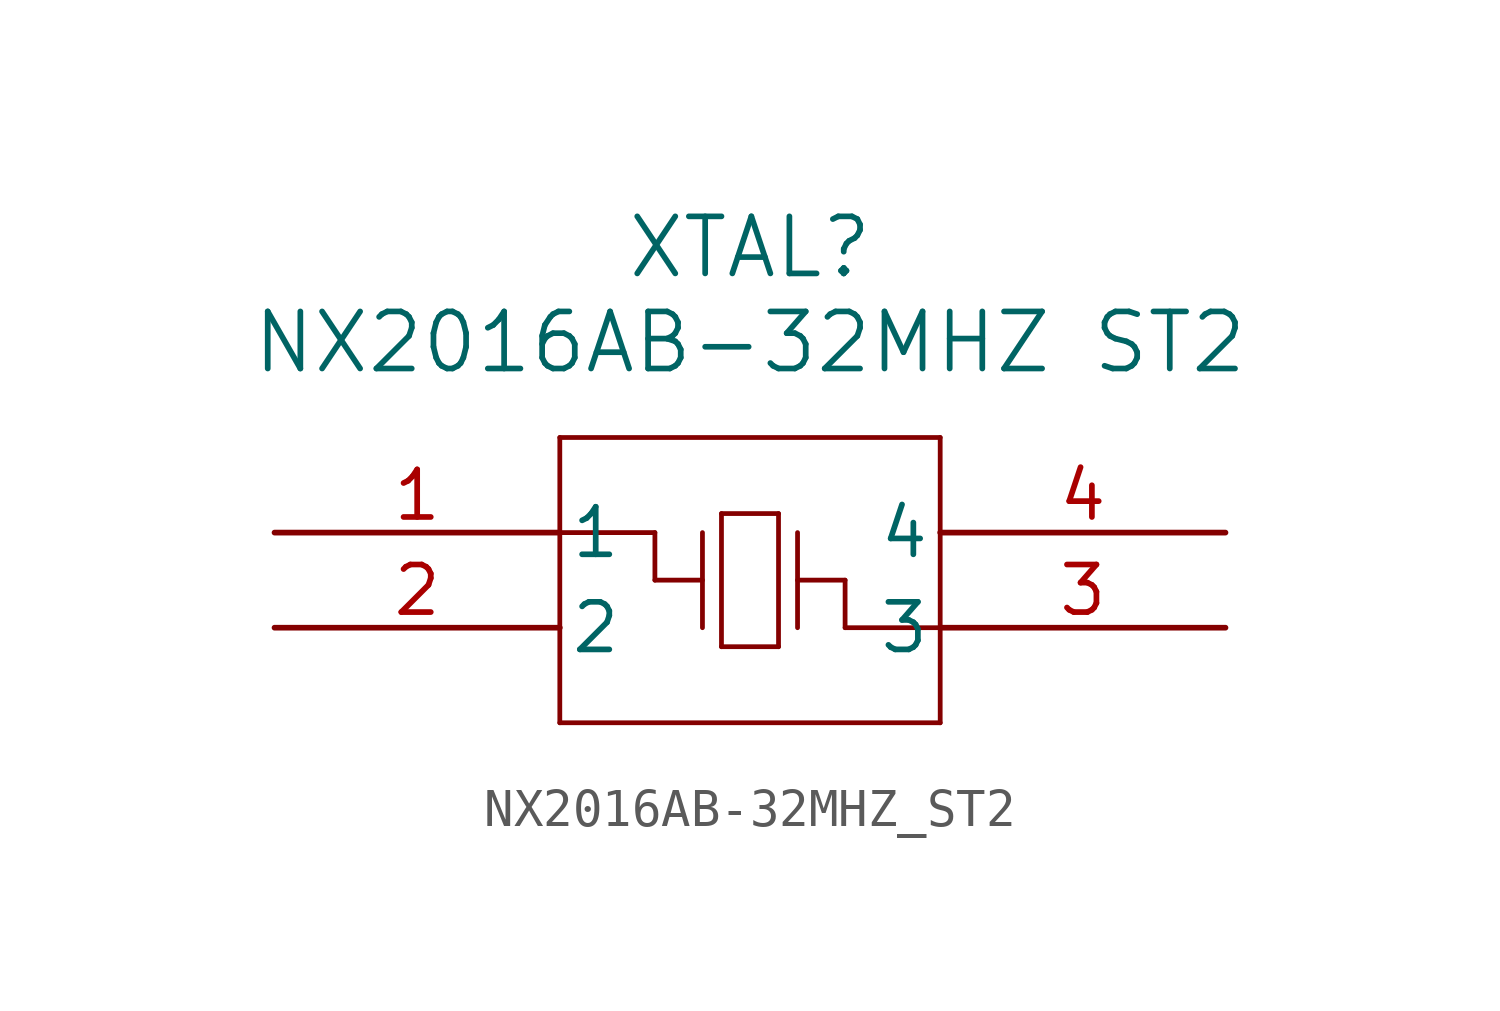
<source format=kicad_sym>
(kicad_symbol_lib
  (version 20211014)
  (generator kicad_symbol_editor)
  (symbol "NX2016AB-32MHZ_ST2"
    (pin_names
      (offset 0.254))
    (property "Reference" "XTAL"
      (at 12.7 7.62 0)
      (effects (font (size 1.524 1.524))))
    (property "Value" "NX2016AB-32MHZ ST2"
      (at 12.7 5.08 0)
      (effects (font (size 1.524 1.524))))
    (symbol "NX2016AB-32MHZ_ST2_0_1"
      (polyline (pts (xy 7.62 2.54) (xy 7.62 -5.08)) (stroke (width 0.127) (type default) (color 0 0 0 0)) (fill (type none)))
      (polyline (pts (xy 7.62 -5.08) (xy 17.78 -5.08)) (stroke (width 0.127) (type default) (color 0 0 0 0)) (fill (type none)))
      (polyline (pts (xy 17.78 -5.08) (xy 17.78 2.54)) (stroke (width 0.127) (type default) (color 0 0 0 0)) (fill (type none)))
      (polyline (pts (xy 17.78 2.54) (xy 7.62 2.54)) (stroke (width 0.127) (type default) (color 0 0 0 0)) (fill (type none)))
      (polyline (pts (xy 11.43 0) (xy 11.43 -2.54)) (stroke (width 0.127) (type default) (color 0 0 0 0)) (fill (type none)))
      (polyline (pts (xy 11.43 -1.27) (xy 10.16 -1.27)) (stroke (width 0.127) (type default) (color 0 0 0 0)) (fill (type none)))
      (polyline (pts (xy 10.16 -1.27) (xy 10.16 0)) (stroke (width 0.127) (type default) (color 0 0 0 0)) (fill (type none)))
      (polyline (pts (xy 10.16 0) (xy 7.62 0)) (stroke (width 0.127) (type default) (color 0 0 0 0)) (fill (type none)))
      (polyline (pts (xy 13.97 0) (xy 13.97 -2.54)) (stroke (width 0.127) (type default) (color 0 0 0 0)) (fill (type none)))
      (polyline (pts (xy 13.97 -1.27) (xy 15.24 -1.27)) (stroke (width 0.127) (type default) (color 0 0 0 0)) (fill (type none)))
      (polyline (pts (xy 15.24 -1.27) (xy 15.24 -2.54)) (stroke (width 0.127) (type default) (color 0 0 0 0)) (fill (type none)))
      (polyline (pts (xy 15.24 -2.54) (xy 17.78 -2.54)) (stroke (width 0.127) (type default) (color 0 0 0 0)) (fill (type none)))
      (polyline (pts (xy 11.938 0.508) (xy 11.938 -3.048)) (stroke (width 0.127) (type default) (color 0 0 0 0)) (fill (type none)))
      (polyline (pts (xy 11.938 -3.048) (xy 13.462 -3.048)) (stroke (width 0.127) (type default) (color 0 0 0 0)) (fill (type none)))
      (polyline (pts (xy 13.462 -3.048) (xy 13.462 0.508)) (stroke (width 0.127) (type default) (color 0 0 0 0)) (fill (type none)))
      (polyline (pts (xy 13.462 0.508) (xy 11.938 0.508)) (stroke (width 0.127) (type default) (color 0 0 0 0)) (fill (type none)))
      (pin unspecified line (at 0 0 0) (length 7.62) (name "1" (effects (font (size 1.27 1.27)))) (number "1" (effects (font (size 1.27 1.27)))))
      (pin unspecified line (at 0 -2.54 0) (length 7.62) (name "2" (effects (font (size 1.27 1.27)))) (number "2" (effects (font (size 1.27 1.27)))))
      (pin unspecified line (at 25.4 -2.54 180) (length 7.62) (name "3" (effects (font (size 1.27 1.27)))) (number "3" (effects (font (size 1.27 1.27)))))
      (pin unspecified line (at 25.4 0 180) (length 7.62) (name "4" (effects (font (size 1.27 1.27)))) (number "4" (effects (font (size 1.27 1.27))))))))
</source>
